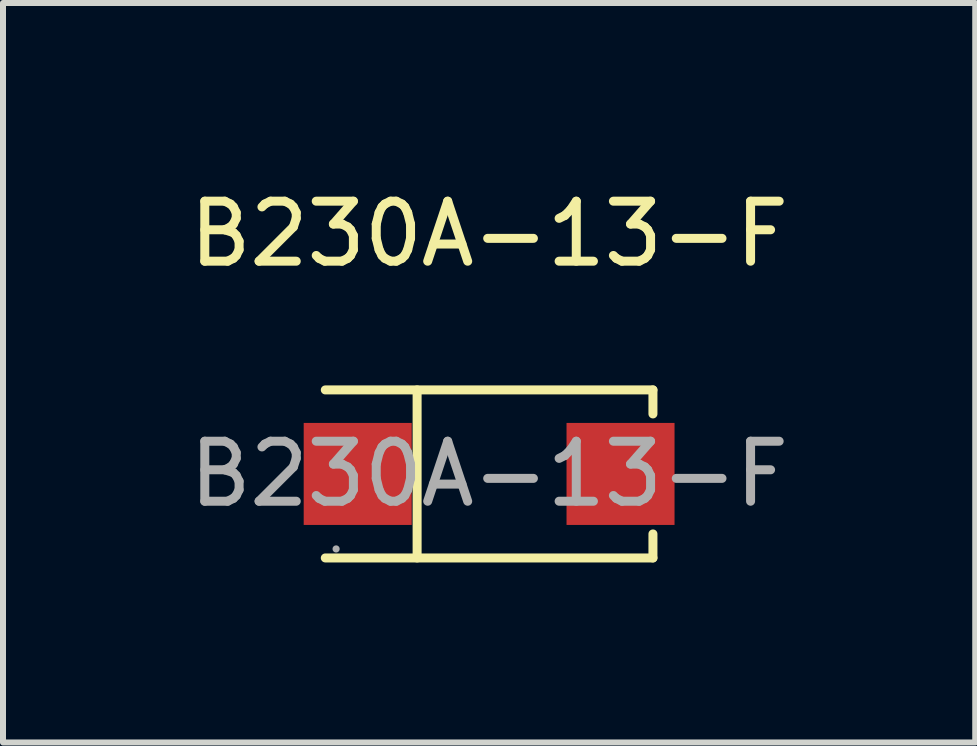
<source format=kicad_pcb>
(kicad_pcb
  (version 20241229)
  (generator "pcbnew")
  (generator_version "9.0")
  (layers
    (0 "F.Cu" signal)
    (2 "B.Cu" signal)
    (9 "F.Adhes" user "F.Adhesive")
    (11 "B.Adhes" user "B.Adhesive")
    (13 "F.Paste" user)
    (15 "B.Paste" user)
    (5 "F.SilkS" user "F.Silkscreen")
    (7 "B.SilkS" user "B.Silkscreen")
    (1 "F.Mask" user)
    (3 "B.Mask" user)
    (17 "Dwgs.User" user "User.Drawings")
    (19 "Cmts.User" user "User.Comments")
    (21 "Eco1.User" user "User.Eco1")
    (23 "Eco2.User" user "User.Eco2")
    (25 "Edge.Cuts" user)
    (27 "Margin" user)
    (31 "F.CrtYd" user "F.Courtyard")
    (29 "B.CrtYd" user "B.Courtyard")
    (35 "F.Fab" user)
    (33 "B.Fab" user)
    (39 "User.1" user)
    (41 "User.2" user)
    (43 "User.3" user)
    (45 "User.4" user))
  (footprint "B230A-13-F"
    (layer "F.Cu")
    (at 5.101 4.848)
    (property "Reference" "B230A-13-F" (at 0 -4 0) (layer "F.SilkS") (effects (font (size 1 1) (thickness 0.15))))
    (attr smd)
    (fp_line (start -2.73 -1.4) (end 2.73 -1.4) (stroke (width 0.15) (type solid)) (layer "F.SilkS"))
    (fp_line (start -2.73 1.4) (end 2.73 1.4) (stroke (width 0.15) (type solid)) (layer "F.SilkS"))
    (fp_line (start -1.2 -1.4) (end -1.2 1.4) (stroke (width 0.15) (type solid)) (layer "F.SilkS"))
    (fp_line (start 2.73 -1.4) (end 2.73 -1) (stroke (width 0.15) (type solid)) (layer "F.SilkS"))
    (fp_line (start 2.73 1.4) (end 2.73 1) (stroke (width 0.15) (type solid)) (layer "F.SilkS"))
    (fp_circle (center -2.55 1.25) (end -2.52 1.25) (stroke (width 0.06) (type solid)) (fill no) (layer "F.Fab"))
    (fp_text user "${REFERENCE}" (at 0 0 0) (layer "F.Fab") (effects (font (size 1 1) (thickness 0.15))))
    (pad "1" smd rect (at -2.19 0) (size 1.8 1.7) (layers "F.Cu" "F.Mask" "F.Paste"))
    (pad "2" smd rect (at 2.19 0) (size 1.8 1.7) (layers "F.Cu" "F.Mask" "F.Paste")))
  (gr_rect
    (start -3 -3)
    (end 13.202 9.323)
    (stroke (width 0.1) (type default))
    (fill no)
    (layer "Edge.Cuts")))
</source>
